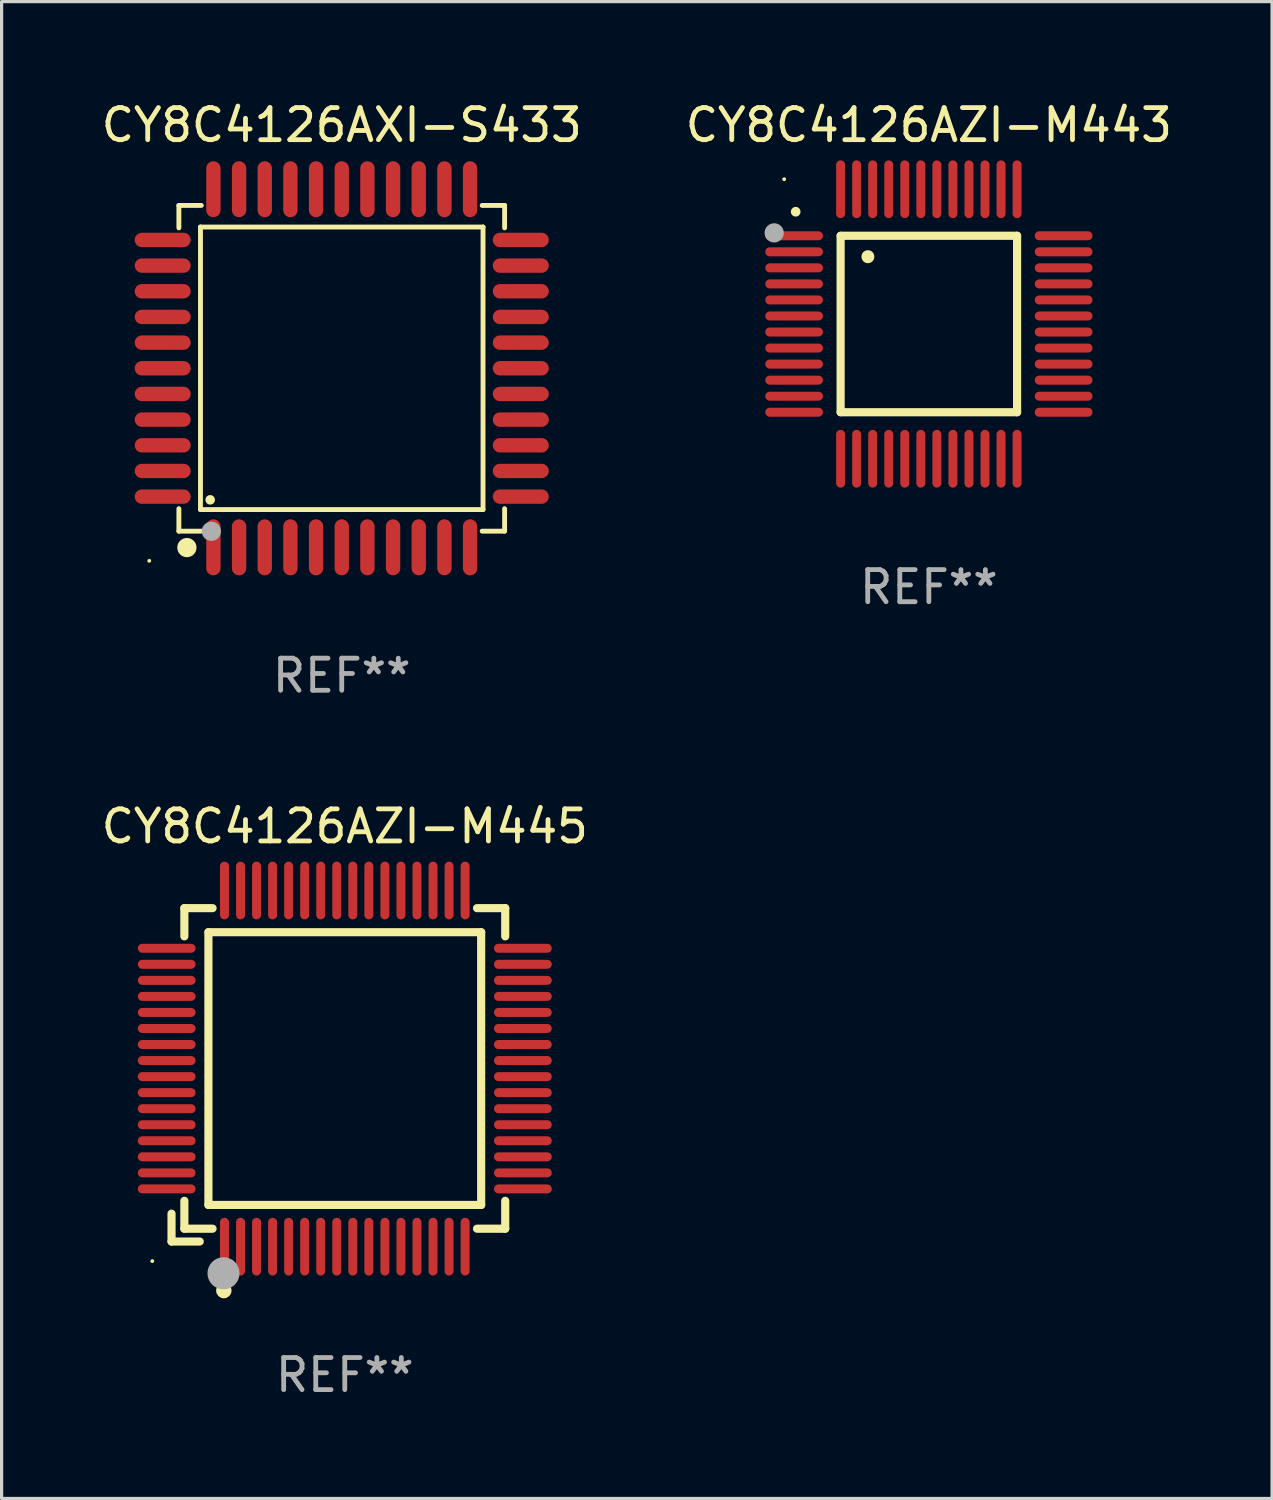
<source format=kicad_pcb>
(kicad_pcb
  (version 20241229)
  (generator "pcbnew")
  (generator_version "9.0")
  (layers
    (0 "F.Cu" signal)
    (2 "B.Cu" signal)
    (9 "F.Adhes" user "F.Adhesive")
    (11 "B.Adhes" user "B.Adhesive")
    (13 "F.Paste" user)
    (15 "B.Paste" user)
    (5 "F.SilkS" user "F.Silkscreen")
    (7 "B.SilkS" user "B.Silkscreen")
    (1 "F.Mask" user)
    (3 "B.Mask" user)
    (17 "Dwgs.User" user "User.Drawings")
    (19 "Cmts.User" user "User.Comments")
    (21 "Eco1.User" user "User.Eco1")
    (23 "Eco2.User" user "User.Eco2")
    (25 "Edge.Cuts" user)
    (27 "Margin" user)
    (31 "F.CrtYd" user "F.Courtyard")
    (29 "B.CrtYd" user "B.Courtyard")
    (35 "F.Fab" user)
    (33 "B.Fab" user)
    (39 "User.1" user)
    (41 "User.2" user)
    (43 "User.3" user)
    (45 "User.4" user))
  (footprint "CY8C4126AZI-M443"
    (layer "F.Cu")
    (at 25.899 7.048)
    (property "Reference" "CY8C4126AZI-M443" (at 0 -6.2 0) (layer "F.SilkS") (effects (font (size 1 1) (thickness 0.15))))
    (attr through_hole)
    (fp_line (start -2.75 -2.75) (end 2.75 -2.75) (stroke (width 0.254) (type solid)) (layer "F.SilkS"))
    (fp_line (start -2.75 2.75) (end -2.75 -2.75) (stroke (width 0.254) (type solid)) (layer "F.SilkS"))
    (fp_line (start 2.75 -2.75) (end 2.75 2.75) (stroke (width 0.254) (type solid)) (layer "F.SilkS"))
    (fp_line (start 2.75 2.75) (end -2.75 2.75) (stroke (width 0.254) (type solid)) (layer "F.SilkS"))
    (fp_arc (start -4.150368 -3.497587) (mid -4.150373 -3.498857) (end -4.150368 -3.500127) (stroke (width 0.3) (type solid)) (layer "F.SilkS"))
    (fp_arc (start -1.899924 -2.095504) (mid -1.89994 -2.098044) (end -1.899924 -2.100584) (stroke (width 0.4) (type solid)) (layer "F.SilkS"))
    (fp_circle (center -4.509 -4.513) (end -4.479 -4.513) (stroke (width 0.06) (type solid)) (fill no) (layer "F.SilkS"))
    (fp_circle (center -4.82 -2.84) (end -4.67 -2.84) (stroke (width 0.3) (type solid)) (fill no) (layer "F.Fab"))
    (fp_text user "REF**" (at 0 8.2 0) (layer "F.Fab") (effects (font (size 1 1) (thickness 0.15))))
    (pad "1" smd oval (at -4.2 -2.75 90) (size 0.28 1.8) (layers "F.Cu" "F.Mask" "F.Paste"))
    (pad "2" smd oval (at -4.2 -2.25 90) (size 0.28 1.8) (layers "F.Cu" "F.Mask" "F.Paste"))
    (pad "3" smd oval (at -4.2 -1.75 90) (size 0.28 1.8) (layers "F.Cu" "F.Mask" "F.Paste"))
    (pad "4" smd oval (at -4.2 -1.25 90) (size 0.28 1.8) (layers "F.Cu" "F.Mask" "F.Paste"))
    (pad "5" smd oval (at -4.2 -0.75 90) (size 0.28 1.8) (layers "F.Cu" "F.Mask" "F.Paste"))
    (pad "6" smd oval (at -4.2 -0.25 90) (size 0.28 1.8) (layers "F.Cu" "F.Mask" "F.Paste"))
    (pad "7" smd oval (at -4.2 0.25 90) (size 0.28 1.8) (layers "F.Cu" "F.Mask" "F.Paste"))
    (pad "8" smd oval (at -4.2 0.75 90) (size 0.28 1.8) (layers "F.Cu" "F.Mask" "F.Paste"))
    (pad "9" smd oval (at -4.2 1.25 90) (size 0.28 1.8) (layers "F.Cu" "F.Mask" "F.Paste"))
    (pad "10" smd oval (at -4.2 1.75 90) (size 0.28 1.8) (layers "F.Cu" "F.Mask" "F.Paste"))
    (pad "11" smd oval (at -4.2 2.25 90) (size 0.28 1.8) (layers "F.Cu" "F.Mask" "F.Paste"))
    (pad "12" smd oval (at -4.2 2.75 90) (size 0.28 1.8) (layers "F.Cu" "F.Mask" "F.Paste"))
    (pad "13" smd oval (at -2.75 4.2) (size 0.28 1.8) (layers "F.Cu" "F.Mask" "F.Paste"))
    (pad "14" smd oval (at -2.25 4.2) (size 0.28 1.8) (layers "F.Cu" "F.Mask" "F.Paste"))
    (pad "15" smd oval (at -1.75 4.2) (size 0.28 1.8) (layers "F.Cu" "F.Mask" "F.Paste"))
    (pad "16" smd oval (at -1.25 4.2) (size 0.28 1.8) (layers "F.Cu" "F.Mask" "F.Paste"))
    (pad "17" smd oval (at -0.75 4.2) (size 0.28 1.8) (layers "F.Cu" "F.Mask" "F.Paste"))
    (pad "18" smd oval (at -0.25 4.2) (size 0.28 1.8) (layers "F.Cu" "F.Mask" "F.Paste"))
    (pad "19" smd oval (at 0.25 4.2) (size 0.28 1.8) (layers "F.Cu" "F.Mask" "F.Paste"))
    (pad "20" smd oval (at 0.75 4.2) (size 0.28 1.8) (layers "F.Cu" "F.Mask" "F.Paste"))
    (pad "21" smd oval (at 1.25 4.2) (size 0.28 1.8) (layers "F.Cu" "F.Mask" "F.Paste"))
    (pad "22" smd oval (at 1.75 4.2) (size 0.28 1.8) (layers "F.Cu" "F.Mask" "F.Paste"))
    (pad "23" smd oval (at 2.25 4.2) (size 0.28 1.8) (layers "F.Cu" "F.Mask" "F.Paste"))
    (pad "24" smd oval (at 2.75 4.2) (size 0.28 1.8) (layers "F.Cu" "F.Mask" "F.Paste"))
    (pad "25" smd oval (at 4.2 2.75 90) (size 0.28 1.8) (layers "F.Cu" "F.Mask" "F.Paste"))
    (pad "26" smd oval (at 4.2 2.25 90) (size 0.28 1.8) (layers "F.Cu" "F.Mask" "F.Paste"))
    (pad "27" smd oval (at 4.2 1.75 90) (size 0.28 1.8) (layers "F.Cu" "F.Mask" "F.Paste"))
    (pad "28" smd oval (at 4.2 1.25 90) (size 0.28 1.8) (layers "F.Cu" "F.Mask" "F.Paste"))
    (pad "29" smd oval (at 4.2 0.75 90) (size 0.28 1.8) (layers "F.Cu" "F.Mask" "F.Paste"))
    (pad "30" smd oval (at 4.2 0.25 90) (size 0.28 1.8) (layers "F.Cu" "F.Mask" "F.Paste"))
    (pad "31" smd oval (at 4.2 -0.25 90) (size 0.28 1.8) (layers "F.Cu" "F.Mask" "F.Paste"))
    (pad "32" smd oval (at 4.2 -0.75 90) (size 0.28 1.8) (layers "F.Cu" "F.Mask" "F.Paste"))
    (pad "33" smd oval (at 4.2 -1.25 90) (size 0.28 1.8) (layers "F.Cu" "F.Mask" "F.Paste"))
    (pad "34" smd oval (at 4.2 -1.75 90) (size 0.28 1.8) (layers "F.Cu" "F.Mask" "F.Paste"))
    (pad "35" smd oval (at 4.2 -2.25 90) (size 0.28 1.8) (layers "F.Cu" "F.Mask" "F.Paste"))
    (pad "36" smd oval (at 4.2 -2.75 90) (size 0.28 1.8) (layers "F.Cu" "F.Mask" "F.Paste"))
    (pad "37" smd oval (at 2.75 -4.2) (size 0.28 1.8) (layers "F.Cu" "F.Mask" "F.Paste"))
    (pad "38" smd oval (at 2.25 -4.2) (size 0.28 1.8) (layers "F.Cu" "F.Mask" "F.Paste"))
    (pad "39" smd oval (at 1.75 -4.2) (size 0.28 1.8) (layers "F.Cu" "F.Mask" "F.Paste"))
    (pad "40" smd oval (at 1.25 -4.2) (size 0.28 1.8) (layers "F.Cu" "F.Mask" "F.Paste"))
    (pad "41" smd oval (at 0.75 -4.2) (size 0.28 1.8) (layers "F.Cu" "F.Mask" "F.Paste"))
    (pad "42" smd oval (at 0.25 -4.2) (size 0.28 1.8) (layers "F.Cu" "F.Mask" "F.Paste"))
    (pad "43" smd oval (at -0.25 -4.2) (size 0.28 1.8) (layers "F.Cu" "F.Mask" "F.Paste"))
    (pad "44" smd oval (at -0.75 -4.2) (size 0.28 1.8) (layers "F.Cu" "F.Mask" "F.Paste"))
    (pad "45" smd oval (at -1.25 -4.2) (size 0.28 1.8) (layers "F.Cu" "F.Mask" "F.Paste"))
    (pad "46" smd oval (at -1.75 -4.2) (size 0.28 1.8) (layers "F.Cu" "F.Mask" "F.Paste"))
    (pad "47" smd oval (at -2.25 -4.2) (size 0.28 1.8) (layers "F.Cu" "F.Mask" "F.Paste"))
    (pad "48" smd oval (at -2.75 -4.2) (size 0.28 1.8) (layers "F.Cu" "F.Mask" "F.Paste")))
  (footprint "CY8C4126AXI-S433"
    (layer "F.Cu")
    (at 7.601 8.428)
    (property "Reference" "CY8C4126AXI-S433" (at 0 -7.58 0) (layer "F.SilkS") (effects (font (size 1 1) (thickness 0.15))))
    (attr through_hole)
    (fp_line (start -5.076 -5.076) (end -5.076 -4.376) (stroke (width 0.152) (type solid)) (layer "F.SilkS"))
    (fp_line (start -5.076 5.076) (end -5.076 4.376) (stroke (width 0.152) (type solid)) (layer "F.SilkS"))
    (fp_line (start -4.403 -4.403) (end 4.403 -4.403) (stroke (width 0.152) (type solid)) (layer "F.SilkS"))
    (fp_line (start -4.403 4.403) (end -4.403 -4.403) (stroke (width 0.152) (type solid)) (layer "F.SilkS"))
    (fp_line (start -4.376 -5.076) (end -5.076 -5.076) (stroke (width 0.152) (type solid)) (layer "F.SilkS"))
    (fp_line (start -4.376 5.076) (end -5.076 5.076) (stroke (width 0.152) (type solid)) (layer "F.SilkS"))
    (fp_line (start 4.376 -5.076) (end 5.076 -5.076) (stroke (width 0.152) (type solid)) (layer "F.SilkS"))
    (fp_line (start 4.376 5.076) (end 5.076 5.076) (stroke (width 0.152) (type solid)) (layer "F.SilkS"))
    (fp_line (start 4.403 -4.403) (end 4.403 4.403) (stroke (width 0.152) (type solid)) (layer "F.SilkS"))
    (fp_line (start 4.403 4.403) (end -4.403 4.403) (stroke (width 0.152) (type solid)) (layer "F.SilkS"))
    (fp_line (start 5.076 -5.076) (end 5.076 -4.376) (stroke (width 0.152) (type solid)) (layer "F.SilkS"))
    (fp_line (start 5.076 5.076) (end 5.076 4.376) (stroke (width 0.152) (type solid)) (layer "F.SilkS"))
    (fp_circle (center -6 6) (end -5.97 6) (stroke (width 0.06) (type solid)) (fill no) (layer "F.SilkS"))
    (fp_circle (center -4.826 5.588) (end -4.676 5.588) (stroke (width 0.3) (type solid)) (fill no) (layer "F.SilkS"))
    (fp_circle (center -4.1 4.1) (end -4.025 4.1) (stroke (width 0.15) (type solid)) (fill no) (layer "F.SilkS"))
    (fp_circle (center -4.064 5.08) (end -3.914 5.08) (stroke (width 0.3) (type solid)) (fill no) (layer "F.Fab"))
    (fp_text user "REF**" (at 0 9.58 0) (layer "F.Fab") (effects (font (size 1 1) (thickness 0.15))))
    (pad "1" smd oval (at -4 5.58) (size 0.448 1.745) (layers "F.Cu" "F.Mask" "F.Paste"))
    (pad "2" smd oval (at -3.2 5.58) (size 0.448 1.745) (layers "F.Cu" "F.Mask" "F.Paste"))
    (pad "3" smd oval (at -2.4 5.58) (size 0.448 1.745) (layers "F.Cu" "F.Mask" "F.Paste"))
    (pad "4" smd oval (at -1.6 5.58) (size 0.448 1.745) (layers "F.Cu" "F.Mask" "F.Paste"))
    (pad "5" smd oval (at -0.8 5.58) (size 0.448 1.745) (layers "F.Cu" "F.Mask" "F.Paste"))
    (pad "6" smd oval (at 0 5.58) (size 0.448 1.745) (layers "F.Cu" "F.Mask" "F.Paste"))
    (pad "7" smd oval (at 0.8 5.58) (size 0.448 1.745) (layers "F.Cu" "F.Mask" "F.Paste"))
    (pad "8" smd oval (at 1.6 5.58) (size 0.448 1.745) (layers "F.Cu" "F.Mask" "F.Paste"))
    (pad "9" smd oval (at 2.4 5.58) (size 0.448 1.745) (layers "F.Cu" "F.Mask" "F.Paste"))
    (pad "10" smd oval (at 3.2 5.58) (size 0.448 1.745) (layers "F.Cu" "F.Mask" "F.Paste"))
    (pad "11" smd oval (at 4 5.58) (size 0.448 1.745) (layers "F.Cu" "F.Mask" "F.Paste"))
    (pad "12" smd oval (at 5.58 4) (size 1.745 0.448) (layers "F.Cu" "F.Mask" "F.Paste"))
    (pad "13" smd oval (at 5.58 3.2) (size 1.745 0.448) (layers "F.Cu" "F.Mask" "F.Paste"))
    (pad "14" smd oval (at 5.58 2.4) (size 1.745 0.448) (layers "F.Cu" "F.Mask" "F.Paste"))
    (pad "15" smd oval (at 5.58 1.6) (size 1.745 0.448) (layers "F.Cu" "F.Mask" "F.Paste"))
    (pad "16" smd oval (at 5.58 0.8) (size 1.745 0.448) (layers "F.Cu" "F.Mask" "F.Paste"))
    (pad "17" smd oval (at 5.58 0) (size 1.745 0.448) (layers "F.Cu" "F.Mask" "F.Paste"))
    (pad "18" smd oval (at 5.58 -0.8) (size 1.745 0.448) (layers "F.Cu" "F.Mask" "F.Paste"))
    (pad "19" smd oval (at 5.58 -1.6) (size 1.745 0.448) (layers "F.Cu" "F.Mask" "F.Paste"))
    (pad "20" smd oval (at 5.58 -2.4) (size 1.745 0.448) (layers "F.Cu" "F.Mask" "F.Paste"))
    (pad "21" smd oval (at 5.58 -3.2) (size 1.745 0.448) (layers "F.Cu" "F.Mask" "F.Paste"))
    (pad "22" smd oval (at 5.58 -4) (size 1.745 0.448) (layers "F.Cu" "F.Mask" "F.Paste"))
    (pad "23" smd oval (at 4 -5.58) (size 0.448 1.745) (layers "F.Cu" "F.Mask" "F.Paste"))
    (pad "24" smd oval (at 3.2 -5.58) (size 0.448 1.745) (layers "F.Cu" "F.Mask" "F.Paste"))
    (pad "25" smd oval (at 2.4 -5.58) (size 0.448 1.745) (layers "F.Cu" "F.Mask" "F.Paste"))
    (pad "26" smd oval (at 1.6 -5.58) (size 0.448 1.745) (layers "F.Cu" "F.Mask" "F.Paste"))
    (pad "27" smd oval (at 0.8 -5.58) (size 0.448 1.745) (layers "F.Cu" "F.Mask" "F.Paste"))
    (pad "28" smd oval (at 0 -5.58) (size 0.448 1.745) (layers "F.Cu" "F.Mask" "F.Paste"))
    (pad "29" smd oval (at -0.8 -5.58) (size 0.448 1.745) (layers "F.Cu" "F.Mask" "F.Paste"))
    (pad "30" smd oval (at -1.6 -5.58) (size 0.448 1.745) (layers "F.Cu" "F.Mask" "F.Paste"))
    (pad "31" smd oval (at -2.4 -5.58) (size 0.448 1.745) (layers "F.Cu" "F.Mask" "F.Paste"))
    (pad "32" smd oval (at -3.2 -5.58) (size 0.448 1.745) (layers "F.Cu" "F.Mask" "F.Paste"))
    (pad "33" smd oval (at -4 -5.58) (size 0.448 1.745) (layers "F.Cu" "F.Mask" "F.Paste"))
    (pad "34" smd oval (at -5.58 -4) (size 1.745 0.448) (layers "F.Cu" "F.Mask" "F.Paste"))
    (pad "35" smd oval (at -5.58 -3.2) (size 1.745 0.448) (layers "F.Cu" "F.Mask" "F.Paste"))
    (pad "36" smd oval (at -5.58 -2.4) (size 1.745 0.448) (layers "F.Cu" "F.Mask" "F.Paste"))
    (pad "37" smd oval (at -5.58 -1.6) (size 1.745 0.448) (layers "F.Cu" "F.Mask" "F.Paste"))
    (pad "38" smd oval (at -5.58 -0.8) (size 1.745 0.448) (layers "F.Cu" "F.Mask" "F.Paste"))
    (pad "39" smd oval (at -5.58 0) (size 1.745 0.448) (layers "F.Cu" "F.Mask" "F.Paste"))
    (pad "40" smd oval (at -5.58 0.8) (size 1.745 0.448) (layers "F.Cu" "F.Mask" "F.Paste"))
    (pad "41" smd oval (at -5.58 1.6) (size 1.745 0.448) (layers "F.Cu" "F.Mask" "F.Paste"))
    (pad "42" smd oval (at -5.58 2.4) (size 1.745 0.448) (layers "F.Cu" "F.Mask" "F.Paste"))
    (pad "43" smd oval (at -5.58 3.2) (size 1.745 0.448) (layers "F.Cu" "F.Mask" "F.Paste"))
    (pad "44" smd oval (at -5.58 4) (size 1.745 0.448) (layers "F.Cu" "F.Mask" "F.Paste")))
  (footprint "CY8C4126AZI-M445"
    (layer "F.Cu")
    (at 7.696 30.254)
    (property "Reference" "CY8C4126AZI-M445" (at 0 -7.55 0) (layer "F.SilkS") (effects (font (size 1 1) (thickness 0.15))))
    (attr through_hole)
    (fp_line (start -5.4 4.521) (end -5.4 5.39) (stroke (width 0.254) (type solid)) (layer "F.SilkS"))
    (fp_line (start -5.4 5.39) (end -4.521 5.39) (stroke (width 0.254) (type solid)) (layer "F.SilkS"))
    (fp_line (start -5 -5) (end -5 -4.121) (stroke (width 0.254) (type solid)) (layer "F.SilkS"))
    (fp_line (start -5 4.121) (end -5 4.99) (stroke (width 0.254) (type solid)) (layer "F.SilkS"))
    (fp_line (start -5 4.99) (end -4.121 4.99) (stroke (width 0.254) (type solid)) (layer "F.SilkS"))
    (fp_line (start -4.25 -4.25) (end -4.25 4.25) (stroke (width 0.254) (type solid)) (layer "F.SilkS"))
    (fp_line (start -4.25 4.25) (end 4.25 4.25) (stroke (width 0.254) (type solid)) (layer "F.SilkS"))
    (fp_line (start -4.121 -5) (end -5 -5) (stroke (width 0.254) (type solid)) (layer "F.SilkS"))
    (fp_line (start 4.121 4.99) (end 5 4.99) (stroke (width 0.254) (type solid)) (layer "F.SilkS"))
    (fp_line (start 4.25 -4.25) (end -4.25 -4.25) (stroke (width 0.254) (type solid)) (layer "F.SilkS"))
    (fp_line (start 4.25 4.25) (end 4.25 -4.25) (stroke (width 0.254) (type solid)) (layer "F.SilkS"))
    (fp_line (start 5 -5) (end 4.121 -5) (stroke (width 0.254) (type solid)) (layer "F.SilkS"))
    (fp_line (start 5 -4.121) (end 5 -5) (stroke (width 0.254) (type solid)) (layer "F.SilkS"))
    (fp_line (start 5 4.99) (end 5 4.121) (stroke (width 0.254) (type solid)) (layer "F.SilkS"))
    (fp_circle (center -6 6) (end -5.97 6) (stroke (width 0.06) (type solid)) (fill no) (layer "F.SilkS"))
    (fp_circle (center -3.77 6.92) (end -3.65 6.92) (stroke (width 0.24) (type solid)) (fill no) (layer "F.SilkS"))
    (fp_circle (center -3.78 6.38) (end -3.53 6.38) (stroke (width 0.5) (type solid)) (fill no) (layer "F.Fab"))
    (fp_text user "REF**" (at 0 9.55 0) (layer "F.Fab") (effects (font (size 1 1) (thickness 0.15))))
    (pad "1" smd oval (at -3.75 5.55) (size 0.28 1.8) (layers "F.Cu" "F.Mask" "F.Paste"))
    (pad "2" smd oval (at -3.25 5.55) (size 0.28 1.8) (layers "F.Cu" "F.Mask" "F.Paste"))
    (pad "3" smd oval (at -2.75 5.55) (size 0.28 1.8) (layers "F.Cu" "F.Mask" "F.Paste"))
    (pad "4" smd oval (at -2.25 5.55) (size 0.28 1.8) (layers "F.Cu" "F.Mask" "F.Paste"))
    (pad "5" smd oval (at -1.75 5.55) (size 0.28 1.8) (layers "F.Cu" "F.Mask" "F.Paste"))
    (pad "6" smd oval (at -1.25 5.55) (size 0.28 1.8) (layers "F.Cu" "F.Mask" "F.Paste"))
    (pad "7" smd oval (at -0.75 5.55) (size 0.28 1.8) (layers "F.Cu" "F.Mask" "F.Paste"))
    (pad "8" smd oval (at -0.25 5.55) (size 0.28 1.8) (layers "F.Cu" "F.Mask" "F.Paste"))
    (pad "9" smd oval (at 0.25 5.55) (size 0.28 1.8) (layers "F.Cu" "F.Mask" "F.Paste"))
    (pad "10" smd oval (at 0.75 5.55) (size 0.28 1.8) (layers "F.Cu" "F.Mask" "F.Paste"))
    (pad "11" smd oval (at 1.25 5.55) (size 0.28 1.8) (layers "F.Cu" "F.Mask" "F.Paste"))
    (pad "12" smd oval (at 1.75 5.55) (size 0.28 1.8) (layers "F.Cu" "F.Mask" "F.Paste"))
    (pad "13" smd oval (at 2.25 5.55) (size 0.28 1.8) (layers "F.Cu" "F.Mask" "F.Paste"))
    (pad "14" smd oval (at 2.75 5.55) (size 0.28 1.8) (layers "F.Cu" "F.Mask" "F.Paste"))
    (pad "15" smd oval (at 3.25 5.55) (size 0.28 1.8) (layers "F.Cu" "F.Mask" "F.Paste"))
    (pad "16" smd oval (at 3.75 5.55) (size 0.28 1.8) (layers "F.Cu" "F.Mask" "F.Paste"))
    (pad "17" smd oval (at 5.55 3.75) (size 1.8 0.28) (layers "F.Cu" "F.Mask" "F.Paste"))
    (pad "18" smd oval (at 5.55 3.25) (size 1.8 0.28) (layers "F.Cu" "F.Mask" "F.Paste"))
    (pad "19" smd oval (at 5.55 2.75) (size 1.8 0.28) (layers "F.Cu" "F.Mask" "F.Paste"))
    (pad "20" smd oval (at 5.55 2.25) (size 1.8 0.28) (layers "F.Cu" "F.Mask" "F.Paste"))
    (pad "21" smd oval (at 5.55 1.75) (size 1.8 0.28) (layers "F.Cu" "F.Mask" "F.Paste"))
    (pad "22" smd oval (at 5.55 1.25) (size 1.8 0.28) (layers "F.Cu" "F.Mask" "F.Paste"))
    (pad "23" smd oval (at 5.55 0.75) (size 1.8 0.28) (layers "F.Cu" "F.Mask" "F.Paste"))
    (pad "24" smd oval (at 5.55 0.25) (size 1.8 0.28) (layers "F.Cu" "F.Mask" "F.Paste"))
    (pad "25" smd oval (at 5.55 -0.25) (size 1.8 0.28) (layers "F.Cu" "F.Mask" "F.Paste"))
    (pad "26" smd oval (at 5.55 -0.75) (size 1.8 0.28) (layers "F.Cu" "F.Mask" "F.Paste"))
    (pad "27" smd oval (at 5.55 -1.25) (size 1.8 0.28) (layers "F.Cu" "F.Mask" "F.Paste"))
    (pad "28" smd oval (at 5.55 -1.75) (size 1.8 0.28) (layers "F.Cu" "F.Mask" "F.Paste"))
    (pad "29" smd oval (at 5.55 -2.25) (size 1.8 0.28) (layers "F.Cu" "F.Mask" "F.Paste"))
    (pad "30" smd oval (at 5.55 -2.75) (size 1.8 0.28) (layers "F.Cu" "F.Mask" "F.Paste"))
    (pad "31" smd oval (at 5.55 -3.25) (size 1.8 0.28) (layers "F.Cu" "F.Mask" "F.Paste"))
    (pad "32" smd oval (at 5.55 -3.75) (size 1.8 0.28) (layers "F.Cu" "F.Mask" "F.Paste"))
    (pad "33" smd oval (at 3.75 -5.55) (size 0.28 1.8) (layers "F.Cu" "F.Mask" "F.Paste"))
    (pad "34" smd oval (at 3.25 -5.55) (size 0.28 1.8) (layers "F.Cu" "F.Mask" "F.Paste"))
    (pad "35" smd oval (at 2.75 -5.55) (size 0.28 1.8) (layers "F.Cu" "F.Mask" "F.Paste"))
    (pad "36" smd oval (at 2.25 -5.55) (size 0.28 1.8) (layers "F.Cu" "F.Mask" "F.Paste"))
    (pad "37" smd oval (at 1.75 -5.55) (size 0.28 1.8) (layers "F.Cu" "F.Mask" "F.Paste"))
    (pad "38" smd oval (at 1.25 -5.55) (size 0.28 1.8) (layers "F.Cu" "F.Mask" "F.Paste"))
    (pad "39" smd oval (at 0.75 -5.55) (size 0.28 1.8) (layers "F.Cu" "F.Mask" "F.Paste"))
    (pad "40" smd oval (at 0.25 -5.55) (size 0.28 1.8) (layers "F.Cu" "F.Mask" "F.Paste"))
    (pad "41" smd oval (at -0.25 -5.55) (size 0.28 1.8) (layers "F.Cu" "F.Mask" "F.Paste"))
    (pad "42" smd oval (at -0.75 -5.55) (size 0.28 1.8) (layers "F.Cu" "F.Mask" "F.Paste"))
    (pad "43" smd oval (at -1.25 -5.55) (size 0.28 1.8) (layers "F.Cu" "F.Mask" "F.Paste"))
    (pad "44" smd oval (at -1.75 -5.55) (size 0.28 1.8) (layers "F.Cu" "F.Mask" "F.Paste"))
    (pad "45" smd oval (at -2.25 -5.55) (size 0.28 1.8) (layers "F.Cu" "F.Mask" "F.Paste"))
    (pad "46" smd oval (at -2.75 -5.55) (size 0.28 1.8) (layers "F.Cu" "F.Mask" "F.Paste"))
    (pad "47" smd oval (at -3.25 -5.55) (size 0.28 1.8) (layers "F.Cu" "F.Mask" "F.Paste"))
    (pad "48" smd oval (at -3.75 -5.55) (size 0.28 1.8) (layers "F.Cu" "F.Mask" "F.Paste"))
    (pad "49" smd oval (at -5.55 -3.75) (size 1.8 0.28) (layers "F.Cu" "F.Mask" "F.Paste"))
    (pad "50" smd oval (at -5.55 -3.25) (size 1.8 0.28) (layers "F.Cu" "F.Mask" "F.Paste"))
    (pad "51" smd oval (at -5.55 -2.75) (size 1.8 0.28) (layers "F.Cu" "F.Mask" "F.Paste"))
    (pad "52" smd oval (at -5.55 -2.25) (size 1.8 0.28) (layers "F.Cu" "F.Mask" "F.Paste"))
    (pad "53" smd oval (at -5.55 -1.75) (size 1.8 0.28) (layers "F.Cu" "F.Mask" "F.Paste"))
    (pad "54" smd oval (at -5.55 -1.25) (size 1.8 0.28) (layers "F.Cu" "F.Mask" "F.Paste"))
    (pad "55" smd oval (at -5.55 -0.75) (size 1.8 0.28) (layers "F.Cu" "F.Mask" "F.Paste"))
    (pad "56" smd oval (at -5.55 -0.25) (size 1.8 0.28) (layers "F.Cu" "F.Mask" "F.Paste"))
    (pad "57" smd oval (at -5.55 0.25) (size 1.8 0.28) (layers "F.Cu" "F.Mask" "F.Paste"))
    (pad "58" smd oval (at -5.55 0.75) (size 1.8 0.28) (layers "F.Cu" "F.Mask" "F.Paste"))
    (pad "59" smd oval (at -5.55 1.25) (size 1.8 0.28) (layers "F.Cu" "F.Mask" "F.Paste"))
    (pad "60" smd oval (at -5.55 1.75) (size 1.8 0.28) (layers "F.Cu" "F.Mask" "F.Paste"))
    (pad "61" smd oval (at -5.55 2.25) (size 1.8 0.28) (layers "F.Cu" "F.Mask" "F.Paste"))
    (pad "62" smd oval (at -5.55 2.75) (size 1.8 0.28) (layers "F.Cu" "F.Mask" "F.Paste"))
    (pad "63" smd oval (at -5.55 3.25) (size 1.8 0.28) (layers "F.Cu" "F.Mask" "F.Paste"))
    (pad "64" smd oval (at -5.55 3.75) (size 1.8 0.28) (layers "F.Cu" "F.Mask" "F.Paste")))
  (gr_rect
    (start -3 -3)
    (end 36.595 43.653)
    (stroke (width 0.1) (type default))
    (fill no)
    (layer "Edge.Cuts")))
</source>
